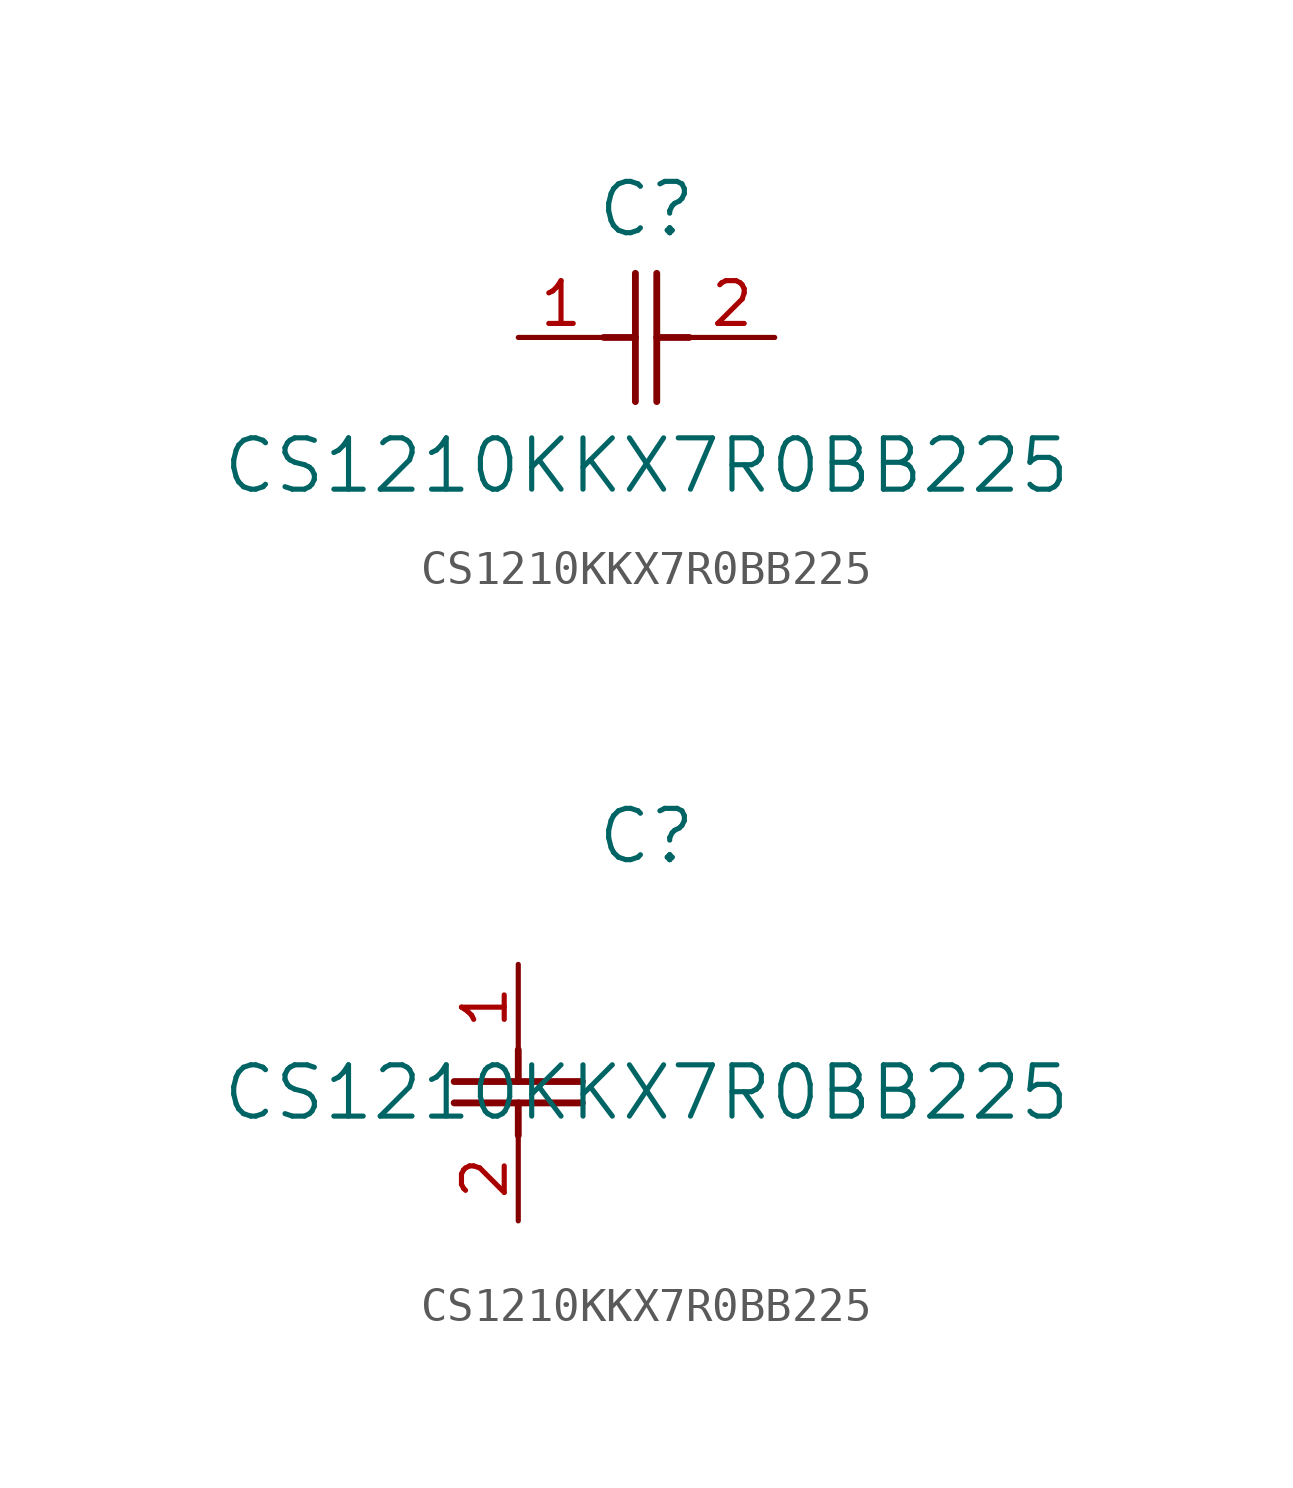
<source format=kicad_sym>
(kicad_symbol_lib
  (version 20211014)
  (generator kicad_symbol_editor)
  (symbol "CS1210KKX7R0BB225"
    (pin_names
      (offset 0.254))
    (property "Reference" "C"
      (at 3.81 3.81 0)
      (effects (font (size 1.524 1.524))))
    (property "Value" "CS1210KKX7R0BB225"
      (at 3.81 -3.81 0)
      (effects (font (size 1.524 1.524))))
    (symbol "CS1210KKX7R0BB225_1_1"
      (polyline (pts (xy 3.48 -1.905) (xy 3.48 1.905)) (stroke (width 0.203) (type default) (color 0 0 0 0)) (fill (type none)))
      (polyline (pts (xy 4.115 -1.905) (xy 4.115 1.905)) (stroke (width 0.203) (type default) (color 0 0 0 0)) (fill (type none)))
      (polyline (pts (xy 4.115 0) (xy 5.08 0)) (stroke (width 0.203) (type default) (color 0 0 0 0)) (fill (type none)))
      (polyline (pts (xy 2.54 0) (xy 3.48 0)) (stroke (width 0.203) (type default) (color 0 0 0 0)) (fill (type none)))
      (pin unspecified line (at 0 0 0) (length 2.54) (name "" (effects (font (size 1.27 1.27)))) (number "1" (effects (font (size 1.27 1.27)))))
      (pin unspecified line (at 7.62 0 180) (length 2.54) (name "" (effects (font (size 1.27 1.27)))) (number "2" (effects (font (size 1.27 1.27))))))
    (symbol "CS1210KKX7R0BB225_1_2"
      (polyline (pts (xy -1.905 -3.48) (xy 1.905 -3.48)) (stroke (width 0.203) (type default) (color 0 0 0 0)) (fill (type none)))
      (polyline (pts (xy -1.905 -4.115) (xy 1.905 -4.115)) (stroke (width 0.203) (type default) (color 0 0 0 0)) (fill (type none)))
      (polyline (pts (xy 0 -4.115) (xy 0 -5.08)) (stroke (width 0.203) (type default) (color 0 0 0 0)) (fill (type none)))
      (polyline (pts (xy 0 -2.54) (xy 0 -3.48)) (stroke (width 0.203) (type default) (color 0 0 0 0)) (fill (type none)))
      (pin unspecified line (at 0 0 270) (length 2.54) (name "" (effects (font (size 1.27 1.27)))) (number "1" (effects (font (size 1.27 1.27)))))
      (pin unspecified line (at 0 -7.62 90) (length 2.54) (name "" (effects (font (size 1.27 1.27)))) (number "2" (effects (font (size 1.27 1.27))))))))
</source>
